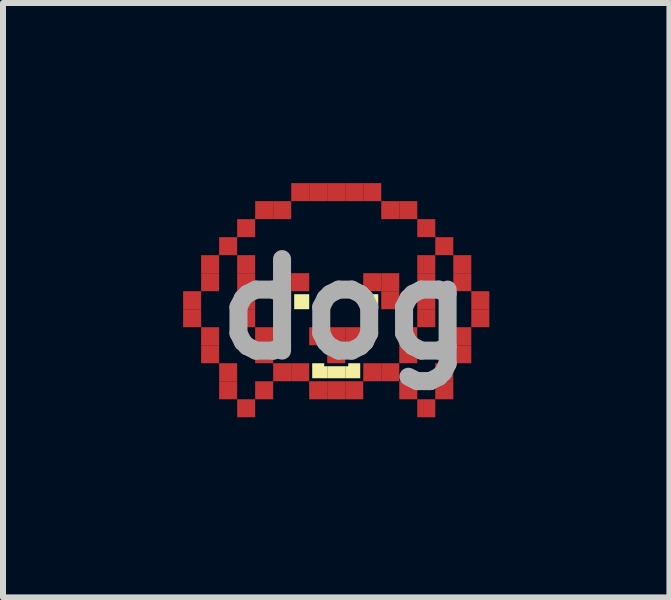
<source format=kicad_pcb>
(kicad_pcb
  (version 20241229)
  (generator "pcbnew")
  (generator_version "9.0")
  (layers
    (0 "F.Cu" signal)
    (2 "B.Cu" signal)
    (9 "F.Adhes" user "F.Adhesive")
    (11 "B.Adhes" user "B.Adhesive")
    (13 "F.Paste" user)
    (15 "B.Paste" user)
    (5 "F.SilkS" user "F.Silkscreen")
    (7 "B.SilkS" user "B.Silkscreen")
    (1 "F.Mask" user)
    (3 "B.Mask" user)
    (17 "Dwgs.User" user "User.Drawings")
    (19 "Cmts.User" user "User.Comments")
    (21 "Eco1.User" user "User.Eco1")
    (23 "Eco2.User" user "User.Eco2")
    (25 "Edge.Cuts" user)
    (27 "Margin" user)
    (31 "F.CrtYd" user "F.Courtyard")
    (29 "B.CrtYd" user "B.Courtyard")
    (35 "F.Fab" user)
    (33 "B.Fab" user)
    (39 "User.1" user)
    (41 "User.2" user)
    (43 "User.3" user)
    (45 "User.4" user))
  (footprint "dog"
    (layer "F.Cu")
    (at 2.7 2.1)
    (property "Reference" "dog" (at 0 0 0) (layer "F.Fab") (effects (font (size 1.524 1.524) (thickness 0.3))))
    (attr board_only exclude_from_pos_files exclude_from_bom)
    (fp_poly (pts (xy -2.7 -0.3) (xy -2.4 -0.3) (xy -2.4 0) (xy -2.7 0)) (stroke (width 0) (type solid)) (fill yes) (layer "F.Cu"))
    (fp_poly (pts (xy -2.7 0) (xy -2.4 0) (xy -2.4 0.3) (xy -2.7 0.3)) (stroke (width 0) (type solid)) (fill yes) (layer "F.Cu"))
    (fp_poly (pts (xy -2.4 -0.9) (xy -2.1 -0.9) (xy -2.1 -0.6) (xy -2.4 -0.6)) (stroke (width 0) (type solid)) (fill yes) (layer "F.Cu"))
    (fp_poly (pts (xy -2.4 -0.6) (xy -2.1 -0.6) (xy -2.1 -0.3) (xy -2.4 -0.3)) (stroke (width 0) (type solid)) (fill yes) (layer "F.Cu"))
    (fp_poly (pts (xy -2.4 0.3) (xy -2.1 0.3) (xy -2.1 0.6) (xy -2.4 0.6)) (stroke (width 0) (type solid)) (fill yes) (layer "F.Cu"))
    (fp_poly (pts (xy -2.4 0.6) (xy -2.1 0.6) (xy -2.1 0.9) (xy -2.4 0.9)) (stroke (width 0) (type solid)) (fill yes) (layer "F.Cu"))
    (fp_poly (pts (xy -2.1 -1.2) (xy -1.8 -1.2) (xy -1.8 -0.9) (xy -2.1 -0.9)) (stroke (width 0) (type solid)) (fill yes) (layer "F.Cu"))
    (fp_poly (pts (xy -2.1 0.9) (xy -1.8 0.9) (xy -1.8 1.2) (xy -2.1 1.2)) (stroke (width 0) (type solid)) (fill yes) (layer "F.Cu"))
    (fp_poly (pts (xy -2.1 1.2) (xy -1.8 1.2) (xy -1.8 1.5) (xy -2.1 1.5)) (stroke (width 0) (type solid)) (fill yes) (layer "F.Cu"))
    (fp_poly (pts (xy -1.8 -1.5) (xy -1.5 -1.5) (xy -1.5 -1.2) (xy -1.8 -1.2)) (stroke (width 0) (type solid)) (fill yes) (layer "F.Cu"))
    (fp_poly (pts (xy -1.8 -0.9) (xy -1.5 -0.9) (xy -1.5 -0.6) (xy -1.8 -0.6)) (stroke (width 0) (type solid)) (fill yes) (layer "F.Cu"))
    (fp_poly (pts (xy -1.8 -0.6) (xy -1.5 -0.6) (xy -1.5 -0.3) (xy -1.8 -0.3)) (stroke (width 0) (type solid)) (fill yes) (layer "F.Cu"))
    (fp_poly (pts (xy -1.8 -0.3) (xy -1.5 -0.3) (xy -1.5 0) (xy -1.8 0)) (stroke (width 0) (type solid)) (fill yes) (layer "F.Cu"))
    (fp_poly (pts (xy -1.8 0) (xy -1.5 0) (xy -1.5 0.3) (xy -1.8 0.3)) (stroke (width 0) (type solid)) (fill yes) (layer "F.Cu"))
    (fp_poly (pts (xy -1.8 1.5) (xy -1.5 1.5) (xy -1.5 1.8) (xy -1.8 1.8)) (stroke (width 0) (type solid)) (fill yes) (layer "F.Cu"))
    (fp_poly (pts (xy -1.5 -1.8) (xy -1.2 -1.8) (xy -1.2 -1.5) (xy -1.5 -1.5)) (stroke (width 0) (type solid)) (fill yes) (layer "F.Cu"))
    (fp_poly (pts (xy -1.5 0.3) (xy -1.2 0.3) (xy -1.2 0.6) (xy -1.5 0.6)) (stroke (width 0) (type solid)) (fill yes) (layer "F.Cu"))
    (fp_poly (pts (xy -1.5 0.6) (xy -1.2 0.6) (xy -1.2 0.9) (xy -1.5 0.9)) (stroke (width 0) (type solid)) (fill yes) (layer "F.Cu"))
    (fp_poly (pts (xy -1.5 1.2) (xy -1.2 1.2) (xy -1.2 1.5) (xy -1.5 1.5)) (stroke (width 0) (type solid)) (fill yes) (layer "F.Cu"))
    (fp_poly (pts (xy -1.2 -1.8) (xy -0.9 -1.8) (xy -0.9 -1.5) (xy -1.2 -1.5)) (stroke (width 0) (type solid)) (fill yes) (layer "F.Cu"))
    (fp_poly (pts (xy -1.2 -0.6) (xy -0.9 -0.6) (xy -0.9 -0.3) (xy -1.2 -0.3)) (stroke (width 0) (type solid)) (fill yes) (layer "F.Cu"))
    (fp_poly (pts (xy -1.2 -0.3) (xy -0.9 -0.3) (xy -0.9 0) (xy -1.2 0)) (stroke (width 0) (type solid)) (fill yes) (layer "F.Cu"))
    (fp_poly (pts (xy -1.2 0.9) (xy -0.9 0.9) (xy -0.9 1.2) (xy -1.2 1.2)) (stroke (width 0) (type solid)) (fill yes) (layer "F.Cu"))
    (fp_poly (pts (xy -0.9 -2.1) (xy -0.6 -2.1) (xy -0.6 -1.8) (xy -0.9 -1.8)) (stroke (width 0) (type solid)) (fill yes) (layer "F.Cu"))
    (fp_poly (pts (xy -0.9 -0.6) (xy -0.6 -0.6) (xy -0.6 -0.3) (xy -0.9 -0.3)) (stroke (width 0) (type solid)) (fill yes) (layer "F.Cu"))
    (fp_poly (pts (xy -0.9 0.9) (xy -0.6 0.9) (xy -0.6 1.2) (xy -0.9 1.2)) (stroke (width 0) (type solid)) (fill yes) (layer "F.Cu"))
    (fp_poly (pts (xy -0.6 -2.1) (xy -0.3 -2.1) (xy -0.3 -1.8) (xy -0.6 -1.8)) (stroke (width 0) (type solid)) (fill yes) (layer "F.Cu"))
    (fp_poly (pts (xy -0.6 0.3) (xy -0.3 0.3) (xy -0.3 0.6) (xy -0.6 0.6)) (stroke (width 0) (type solid)) (fill yes) (layer "F.Cu"))
    (fp_poly (pts (xy -0.6 1.2) (xy -0.3 1.2) (xy -0.3 1.5) (xy -0.6 1.5)) (stroke (width 0) (type solid)) (fill yes) (layer "F.Cu"))
    (fp_poly (pts (xy -0.3 -2.1) (xy 0 -2.1) (xy 0 -1.8) (xy -0.3 -1.8)) (stroke (width 0) (type solid)) (fill yes) (layer "F.Cu"))
    (fp_poly (pts (xy -0.3 0.3) (xy 0 0.3) (xy 0 0.6) (xy -0.3 0.6)) (stroke (width 0) (type solid)) (fill yes) (layer "F.Cu"))
    (fp_poly (pts (xy -0.3 0.6) (xy 0 0.6) (xy 0 0.9) (xy -0.3 0.9)) (stroke (width 0) (type solid)) (fill yes) (layer "F.Cu"))
    (fp_poly (pts (xy -0.3 1.2) (xy 0 1.2) (xy 0 1.5) (xy -0.3 1.5)) (stroke (width 0) (type solid)) (fill yes) (layer "F.Cu"))
    (fp_poly (pts (xy 0 -2.1) (xy 0.3 -2.1) (xy 0.3 -1.8) (xy 0 -1.8)) (stroke (width 0) (type solid)) (fill yes) (layer "F.Cu"))
    (fp_poly (pts (xy 0 0.3) (xy 0.3 0.3) (xy 0.3 0.6) (xy 0 0.6)) (stroke (width 0) (type solid)) (fill yes) (layer "F.Cu"))
    (fp_poly (pts (xy 0 1.2) (xy 0.3 1.2) (xy 0.3 1.5) (xy 0 1.5)) (stroke (width 0) (type solid)) (fill yes) (layer "F.Cu"))
    (fp_poly (pts (xy 0.3 -2.1) (xy 0.6 -2.1) (xy 0.6 -1.8) (xy 0.3 -1.8)) (stroke (width 0) (type solid)) (fill yes) (layer "F.Cu"))
    (fp_poly (pts (xy 0.3 -0.6) (xy 0.6 -0.6) (xy 0.6 -0.3) (xy 0.3 -0.3)) (stroke (width 0) (type solid)) (fill yes) (layer "F.Cu"))
    (fp_poly (pts (xy 0.3 0.9) (xy 0.6 0.9) (xy 0.6 1.2) (xy 0.3 1.2)) (stroke (width 0) (type solid)) (fill yes) (layer "F.Cu"))
    (fp_poly (pts (xy 0.6 -1.8) (xy 0.9 -1.8) (xy 0.9 -1.5) (xy 0.6 -1.5)) (stroke (width 0) (type solid)) (fill yes) (layer "F.Cu"))
    (fp_poly (pts (xy 0.6 -0.6) (xy 0.9 -0.6) (xy 0.9 -0.3) (xy 0.6 -0.3)) (stroke (width 0) (type solid)) (fill yes) (layer "F.Cu"))
    (fp_poly (pts (xy 0.6 -0.3) (xy 0.9 -0.3) (xy 0.9 0) (xy 0.6 0)) (stroke (width 0) (type solid)) (fill yes) (layer "F.Cu"))
    (fp_poly (pts (xy 0.6 0.9) (xy 0.9 0.9) (xy 0.9 1.2) (xy 0.6 1.2)) (stroke (width 0) (type solid)) (fill yes) (layer "F.Cu"))
    (fp_poly (pts (xy 0.9 -1.8) (xy 1.2 -1.8) (xy 1.2 -1.5) (xy 0.9 -1.5)) (stroke (width 0) (type solid)) (fill yes) (layer "F.Cu"))
    (fp_poly (pts (xy 0.9 0.3) (xy 1.2 0.3) (xy 1.2 0.6) (xy 0.9 0.6)) (stroke (width 0) (type solid)) (fill yes) (layer "F.Cu"))
    (fp_poly (pts (xy 0.9 0.6) (xy 1.2 0.6) (xy 1.2 0.9) (xy 0.9 0.9)) (stroke (width 0) (type solid)) (fill yes) (layer "F.Cu"))
    (fp_poly (pts (xy 0.9 1.2) (xy 1.2 1.2) (xy 1.2 1.5) (xy 0.9 1.5)) (stroke (width 0) (type solid)) (fill yes) (layer "F.Cu"))
    (fp_poly (pts (xy 1.2 -1.5) (xy 1.5 -1.5) (xy 1.5 -1.2) (xy 1.2 -1.2)) (stroke (width 0) (type solid)) (fill yes) (layer "F.Cu"))
    (fp_poly (pts (xy 1.2 -0.9) (xy 1.5 -0.9) (xy 1.5 -0.6) (xy 1.2 -0.6)) (stroke (width 0) (type solid)) (fill yes) (layer "F.Cu"))
    (fp_poly (pts (xy 1.2 -0.6) (xy 1.5 -0.6) (xy 1.5 -0.3) (xy 1.2 -0.3)) (stroke (width 0) (type solid)) (fill yes) (layer "F.Cu"))
    (fp_poly (pts (xy 1.2 -0.3) (xy 1.5 -0.3) (xy 1.5 0) (xy 1.2 0)) (stroke (width 0) (type solid)) (fill yes) (layer "F.Cu"))
    (fp_poly (pts (xy 1.2 0) (xy 1.5 0) (xy 1.5 0.3) (xy 1.2 0.3)) (stroke (width 0) (type solid)) (fill yes) (layer "F.Cu"))
    (fp_poly (pts (xy 1.2 1.5) (xy 1.5 1.5) (xy 1.5 1.8) (xy 1.2 1.8)) (stroke (width 0) (type solid)) (fill yes) (layer "F.Cu"))
    (fp_poly (pts (xy 1.5 -1.2) (xy 1.8 -1.2) (xy 1.8 -0.9) (xy 1.5 -0.9)) (stroke (width 0) (type solid)) (fill yes) (layer "F.Cu"))
    (fp_poly (pts (xy 1.5 0.9) (xy 1.8 0.9) (xy 1.8 1.2) (xy 1.5 1.2)) (stroke (width 0) (type solid)) (fill yes) (layer "F.Cu"))
    (fp_poly (pts (xy 1.5 1.2) (xy 1.8 1.2) (xy 1.8 1.5) (xy 1.5 1.5)) (stroke (width 0) (type solid)) (fill yes) (layer "F.Cu"))
    (fp_poly (pts (xy 1.8 -0.9) (xy 2.1 -0.9) (xy 2.1 -0.6) (xy 1.8 -0.6)) (stroke (width 0) (type solid)) (fill yes) (layer "F.Cu"))
    (fp_poly (pts (xy 1.8 -0.6) (xy 2.1 -0.6) (xy 2.1 -0.3) (xy 1.8 -0.3)) (stroke (width 0) (type solid)) (fill yes) (layer "F.Cu"))
    (fp_poly (pts (xy 1.8 0.3) (xy 2.1 0.3) (xy 2.1 0.6) (xy 1.8 0.6)) (stroke (width 0) (type solid)) (fill yes) (layer "F.Cu"))
    (fp_poly (pts (xy 1.8 0.6) (xy 2.1 0.6) (xy 2.1 0.9) (xy 1.8 0.9)) (stroke (width 0) (type solid)) (fill yes) (layer "F.Cu"))
    (fp_poly (pts (xy 2.1 -0.3) (xy 2.4 -0.3) (xy 2.4 0) (xy 2.1 0)) (stroke (width 0) (type solid)) (fill yes) (layer "F.Cu"))
    (fp_poly (pts (xy 2.1 0) (xy 2.4 0) (xy 2.4 0.3) (xy 2.1 0.3)) (stroke (width 0) (type solid)) (fill yes) (layer "F.Cu"))
    (fp_poly (pts (xy -2.7 -0.3) (xy -2.4 -0.3) (xy -2.4 0) (xy -2.7 0)) (stroke (width 0) (type solid)) (fill yes) (layer "F.Mask"))
    (fp_poly (pts (xy -2.7 0) (xy -2.4 0) (xy -2.4 0.3) (xy -2.7 0.3)) (stroke (width 0) (type solid)) (fill yes) (layer "F.Mask"))
    (fp_poly (pts (xy -2.4 -0.9) (xy -2.1 -0.9) (xy -2.1 -0.6) (xy -2.4 -0.6)) (stroke (width 0) (type solid)) (fill yes) (layer "F.Mask"))
    (fp_poly (pts (xy -2.4 -0.6) (xy -2.1 -0.6) (xy -2.1 -0.3) (xy -2.4 -0.3)) (stroke (width 0) (type solid)) (fill yes) (layer "F.Mask"))
    (fp_poly (pts (xy -2.4 0.3) (xy -2.1 0.3) (xy -2.1 0.6) (xy -2.4 0.6)) (stroke (width 0) (type solid)) (fill yes) (layer "F.Mask"))
    (fp_poly (pts (xy -2.4 0.6) (xy -2.1 0.6) (xy -2.1 0.9) (xy -2.4 0.9)) (stroke (width 0) (type solid)) (fill yes) (layer "F.Mask"))
    (fp_poly (pts (xy -2.1 -1.2) (xy -1.8 -1.2) (xy -1.8 -0.9) (xy -2.1 -0.9)) (stroke (width 0) (type solid)) (fill yes) (layer "F.Mask"))
    (fp_poly (pts (xy -2.1 0.9) (xy -1.8 0.9) (xy -1.8 1.2) (xy -2.1 1.2)) (stroke (width 0) (type solid)) (fill yes) (layer "F.Mask"))
    (fp_poly (pts (xy -2.1 1.2) (xy -1.8 1.2) (xy -1.8 1.5) (xy -2.1 1.5)) (stroke (width 0) (type solid)) (fill yes) (layer "F.Mask"))
    (fp_poly (pts (xy -1.8 -1.5) (xy -1.5 -1.5) (xy -1.5 -1.2) (xy -1.8 -1.2)) (stroke (width 0) (type solid)) (fill yes) (layer "F.Mask"))
    (fp_poly (pts (xy -1.8 -0.9) (xy -1.5 -0.9) (xy -1.5 -0.6) (xy -1.8 -0.6)) (stroke (width 0) (type solid)) (fill yes) (layer "F.Mask"))
    (fp_poly (pts (xy -1.8 -0.6) (xy -1.5 -0.6) (xy -1.5 -0.3) (xy -1.8 -0.3)) (stroke (width 0) (type solid)) (fill yes) (layer "F.Mask"))
    (fp_poly (pts (xy -1.8 -0.3) (xy -1.5 -0.3) (xy -1.5 0) (xy -1.8 0)) (stroke (width 0) (type solid)) (fill yes) (layer "F.Mask"))
    (fp_poly (pts (xy -1.8 0) (xy -1.5 0) (xy -1.5 0.3) (xy -1.8 0.3)) (stroke (width 0) (type solid)) (fill yes) (layer "F.Mask"))
    (fp_poly (pts (xy -1.8 1.5) (xy -1.5 1.5) (xy -1.5 1.8) (xy -1.8 1.8)) (stroke (width 0) (type solid)) (fill yes) (layer "F.Mask"))
    (fp_poly (pts (xy -1.5 -1.8) (xy -1.2 -1.8) (xy -1.2 -1.5) (xy -1.5 -1.5)) (stroke (width 0) (type solid)) (fill yes) (layer "F.Mask"))
    (fp_poly (pts (xy -1.5 0.3) (xy -1.2 0.3) (xy -1.2 0.6) (xy -1.5 0.6)) (stroke (width 0) (type solid)) (fill yes) (layer "F.Mask"))
    (fp_poly (pts (xy -1.5 0.6) (xy -1.2 0.6) (xy -1.2 0.9) (xy -1.5 0.9)) (stroke (width 0) (type solid)) (fill yes) (layer "F.Mask"))
    (fp_poly (pts (xy -1.5 1.2) (xy -1.2 1.2) (xy -1.2 1.5) (xy -1.5 1.5)) (stroke (width 0) (type solid)) (fill yes) (layer "F.Mask"))
    (fp_poly (pts (xy -1.2 -1.8) (xy -0.9 -1.8) (xy -0.9 -1.5) (xy -1.2 -1.5)) (stroke (width 0) (type solid)) (fill yes) (layer "F.Mask"))
    (fp_poly (pts (xy -1.2 -0.6) (xy -0.9 -0.6) (xy -0.9 -0.3) (xy -1.2 -0.3)) (stroke (width 0) (type solid)) (fill yes) (layer "F.Mask"))
    (fp_poly (pts (xy -1.2 -0.3) (xy -0.9 -0.3) (xy -0.9 0) (xy -1.2 0)) (stroke (width 0) (type solid)) (fill yes) (layer "F.Mask"))
    (fp_poly (pts (xy -1.2 0.9) (xy -0.9 0.9) (xy -0.9 1.2) (xy -1.2 1.2)) (stroke (width 0) (type solid)) (fill yes) (layer "F.Mask"))
    (fp_poly (pts (xy -0.9 -2.1) (xy -0.6 -2.1) (xy -0.6 -1.8) (xy -0.9 -1.8)) (stroke (width 0) (type solid)) (fill yes) (layer "F.Mask"))
    (fp_poly (pts (xy -0.9 -0.6) (xy -0.6 -0.6) (xy -0.6 -0.3) (xy -0.9 -0.3)) (stroke (width 0) (type solid)) (fill yes) (layer "F.Mask"))
    (fp_poly (pts (xy -0.9 0.9) (xy -0.6 0.9) (xy -0.6 1.2) (xy -0.9 1.2)) (stroke (width 0) (type solid)) (fill yes) (layer "F.Mask"))
    (fp_poly (pts (xy -0.6 -2.1) (xy -0.3 -2.1) (xy -0.3 -1.8) (xy -0.6 -1.8)) (stroke (width 0) (type solid)) (fill yes) (layer "F.Mask"))
    (fp_poly (pts (xy -0.6 0.3) (xy -0.3 0.3) (xy -0.3 0.6) (xy -0.6 0.6)) (stroke (width 0) (type solid)) (fill yes) (layer "F.Mask"))
    (fp_poly (pts (xy -0.6 1.2) (xy -0.3 1.2) (xy -0.3 1.5) (xy -0.6 1.5)) (stroke (width 0) (type solid)) (fill yes) (layer "F.Mask"))
    (fp_poly (pts (xy -0.3 -2.1) (xy 0 -2.1) (xy 0 -1.8) (xy -0.3 -1.8)) (stroke (width 0) (type solid)) (fill yes) (layer "F.Mask"))
    (fp_poly (pts (xy -0.3 0.3) (xy 0 0.3) (xy 0 0.6) (xy -0.3 0.6)) (stroke (width 0) (type solid)) (fill yes) (layer "F.Mask"))
    (fp_poly (pts (xy -0.3 0.6) (xy 0 0.6) (xy 0 0.9) (xy -0.3 0.9)) (stroke (width 0) (type solid)) (fill yes) (layer "F.Mask"))
    (fp_poly (pts (xy -0.3 1.2) (xy 0 1.2) (xy 0 1.5) (xy -0.3 1.5)) (stroke (width 0) (type solid)) (fill yes) (layer "F.Mask"))
    (fp_poly (pts (xy 0 -2.1) (xy 0.3 -2.1) (xy 0.3 -1.8) (xy 0 -1.8)) (stroke (width 0) (type solid)) (fill yes) (layer "F.Mask"))
    (fp_poly (pts (xy 0 0.3) (xy 0.3 0.3) (xy 0.3 0.6) (xy 0 0.6)) (stroke (width 0) (type solid)) (fill yes) (layer "F.Mask"))
    (fp_poly (pts (xy 0 1.2) (xy 0.3 1.2) (xy 0.3 1.5) (xy 0 1.5)) (stroke (width 0) (type solid)) (fill yes) (layer "F.Mask"))
    (fp_poly (pts (xy 0.3 -2.1) (xy 0.6 -2.1) (xy 0.6 -1.8) (xy 0.3 -1.8)) (stroke (width 0) (type solid)) (fill yes) (layer "F.Mask"))
    (fp_poly (pts (xy 0.3 -0.6) (xy 0.6 -0.6) (xy 0.6 -0.3) (xy 0.3 -0.3)) (stroke (width 0) (type solid)) (fill yes) (layer "F.Mask"))
    (fp_poly (pts (xy 0.3 0.9) (xy 0.6 0.9) (xy 0.6 1.2) (xy 0.3 1.2)) (stroke (width 0) (type solid)) (fill yes) (layer "F.Mask"))
    (fp_poly (pts (xy 0.6 -1.8) (xy 0.9 -1.8) (xy 0.9 -1.5) (xy 0.6 -1.5)) (stroke (width 0) (type solid)) (fill yes) (layer "F.Mask"))
    (fp_poly (pts (xy 0.6 -0.6) (xy 0.9 -0.6) (xy 0.9 -0.3) (xy 0.6 -0.3)) (stroke (width 0) (type solid)) (fill yes) (layer "F.Mask"))
    (fp_poly (pts (xy 0.6 -0.3) (xy 0.9 -0.3) (xy 0.9 0) (xy 0.6 0)) (stroke (width 0) (type solid)) (fill yes) (layer "F.Mask"))
    (fp_poly (pts (xy 0.6 0.9) (xy 0.9 0.9) (xy 0.9 1.2) (xy 0.6 1.2)) (stroke (width 0) (type solid)) (fill yes) (layer "F.Mask"))
    (fp_poly (pts (xy 0.9 -1.8) (xy 1.2 -1.8) (xy 1.2 -1.5) (xy 0.9 -1.5)) (stroke (width 0) (type solid)) (fill yes) (layer "F.Mask"))
    (fp_poly (pts (xy 0.9 0.3) (xy 1.2 0.3) (xy 1.2 0.6) (xy 0.9 0.6)) (stroke (width 0) (type solid)) (fill yes) (layer "F.Mask"))
    (fp_poly (pts (xy 0.9 0.6) (xy 1.2 0.6) (xy 1.2 0.9) (xy 0.9 0.9)) (stroke (width 0) (type solid)) (fill yes) (layer "F.Mask"))
    (fp_poly (pts (xy 0.9 1.2) (xy 1.2 1.2) (xy 1.2 1.5) (xy 0.9 1.5)) (stroke (width 0) (type solid)) (fill yes) (layer "F.Mask"))
    (fp_poly (pts (xy 1.2 -1.5) (xy 1.5 -1.5) (xy 1.5 -1.2) (xy 1.2 -1.2)) (stroke (width 0) (type solid)) (fill yes) (layer "F.Mask"))
    (fp_poly (pts (xy 1.2 -0.9) (xy 1.5 -0.9) (xy 1.5 -0.6) (xy 1.2 -0.6)) (stroke (width 0) (type solid)) (fill yes) (layer "F.Mask"))
    (fp_poly (pts (xy 1.2 -0.6) (xy 1.5 -0.6) (xy 1.5 -0.3) (xy 1.2 -0.3)) (stroke (width 0) (type solid)) (fill yes) (layer "F.Mask"))
    (fp_poly (pts (xy 1.2 -0.3) (xy 1.5 -0.3) (xy 1.5 0) (xy 1.2 0)) (stroke (width 0) (type solid)) (fill yes) (layer "F.Mask"))
    (fp_poly (pts (xy 1.2 0) (xy 1.5 0) (xy 1.5 0.3) (xy 1.2 0.3)) (stroke (width 0) (type solid)) (fill yes) (layer "F.Mask"))
    (fp_poly (pts (xy 1.2 1.5) (xy 1.5 1.5) (xy 1.5 1.8) (xy 1.2 1.8)) (stroke (width 0) (type solid)) (fill yes) (layer "F.Mask"))
    (fp_poly (pts (xy 1.5 -1.2) (xy 1.8 -1.2) (xy 1.8 -0.9) (xy 1.5 -0.9)) (stroke (width 0) (type solid)) (fill yes) (layer "F.Mask"))
    (fp_poly (pts (xy 1.5 0.9) (xy 1.8 0.9) (xy 1.8 1.2) (xy 1.5 1.2)) (stroke (width 0) (type solid)) (fill yes) (layer "F.Mask"))
    (fp_poly (pts (xy 1.5 1.2) (xy 1.8 1.2) (xy 1.8 1.5) (xy 1.5 1.5)) (stroke (width 0) (type solid)) (fill yes) (layer "F.Mask"))
    (fp_poly (pts (xy 1.8 -0.9) (xy 2.1 -0.9) (xy 2.1 -0.6) (xy 1.8 -0.6)) (stroke (width 0) (type solid)) (fill yes) (layer "F.Mask"))
    (fp_poly (pts (xy 1.8 -0.6) (xy 2.1 -0.6) (xy 2.1 -0.3) (xy 1.8 -0.3)) (stroke (width 0) (type solid)) (fill yes) (layer "F.Mask"))
    (fp_poly (pts (xy 1.8 0.3) (xy 2.1 0.3) (xy 2.1 0.6) (xy 1.8 0.6)) (stroke (width 0) (type solid)) (fill yes) (layer "F.Mask"))
    (fp_poly (pts (xy 1.8 0.6) (xy 2.1 0.6) (xy 2.1 0.9) (xy 1.8 0.9)) (stroke (width 0) (type solid)) (fill yes) (layer "F.Mask"))
    (fp_poly (pts (xy 2.1 -0.3) (xy 2.4 -0.3) (xy 2.4 0) (xy 2.1 0)) (stroke (width 0) (type solid)) (fill yes) (layer "F.Mask"))
    (fp_poly (pts (xy 2.1 0) (xy 2.4 0) (xy 2.4 0.3) (xy 2.1 0.3)) (stroke (width 0) (type solid)) (fill yes) (layer "F.Mask"))
    (fp_poly (pts (xy -0.85 -0.25) (xy -0.6 -0.25) (xy -0.6 0) (xy -0.85 0)) (stroke (width 0) (type solid)) (fill yes) (layer "F.SilkS"))
    (fp_poly (pts (xy -0.3 0.95) (xy 0 0.95) (xy 0 1.15) (xy -0.3 1.15)) (stroke (width 0) (type solid)) (fill yes) (layer "F.SilkS"))
    (fp_poly (pts (xy 0.3 -0.25) (xy 0.55 -0.25) (xy 0.55 0) (xy 0.3 0)) (stroke (width 0) (type solid)) (fill yes) (layer "F.SilkS"))
    (fp_poly (pts (xy -0.55 0.9) (xy -0.35 0.9) (xy -0.35 0.95) (xy -0.3 0.95) (xy -0.3 1.15) (xy -0.55 1.15)) (stroke (width 0) (type solid)) (fill yes) (layer "F.SilkS"))
    (fp_poly (pts (xy 0 0.95) (xy 0.05 0.95) (xy 0.05 0.9) (xy 0.25 0.9) (xy 0.25 1.15) (xy 0 1.15)) (stroke (width 0) (type solid)) (fill yes) (layer "F.SilkS")))
  (gr_rect
    (start -3 -3)
    (end 8.1 6.9)
    (stroke (width 0.1) (type default))
    (fill no)
    (layer "Edge.Cuts")))
</source>
